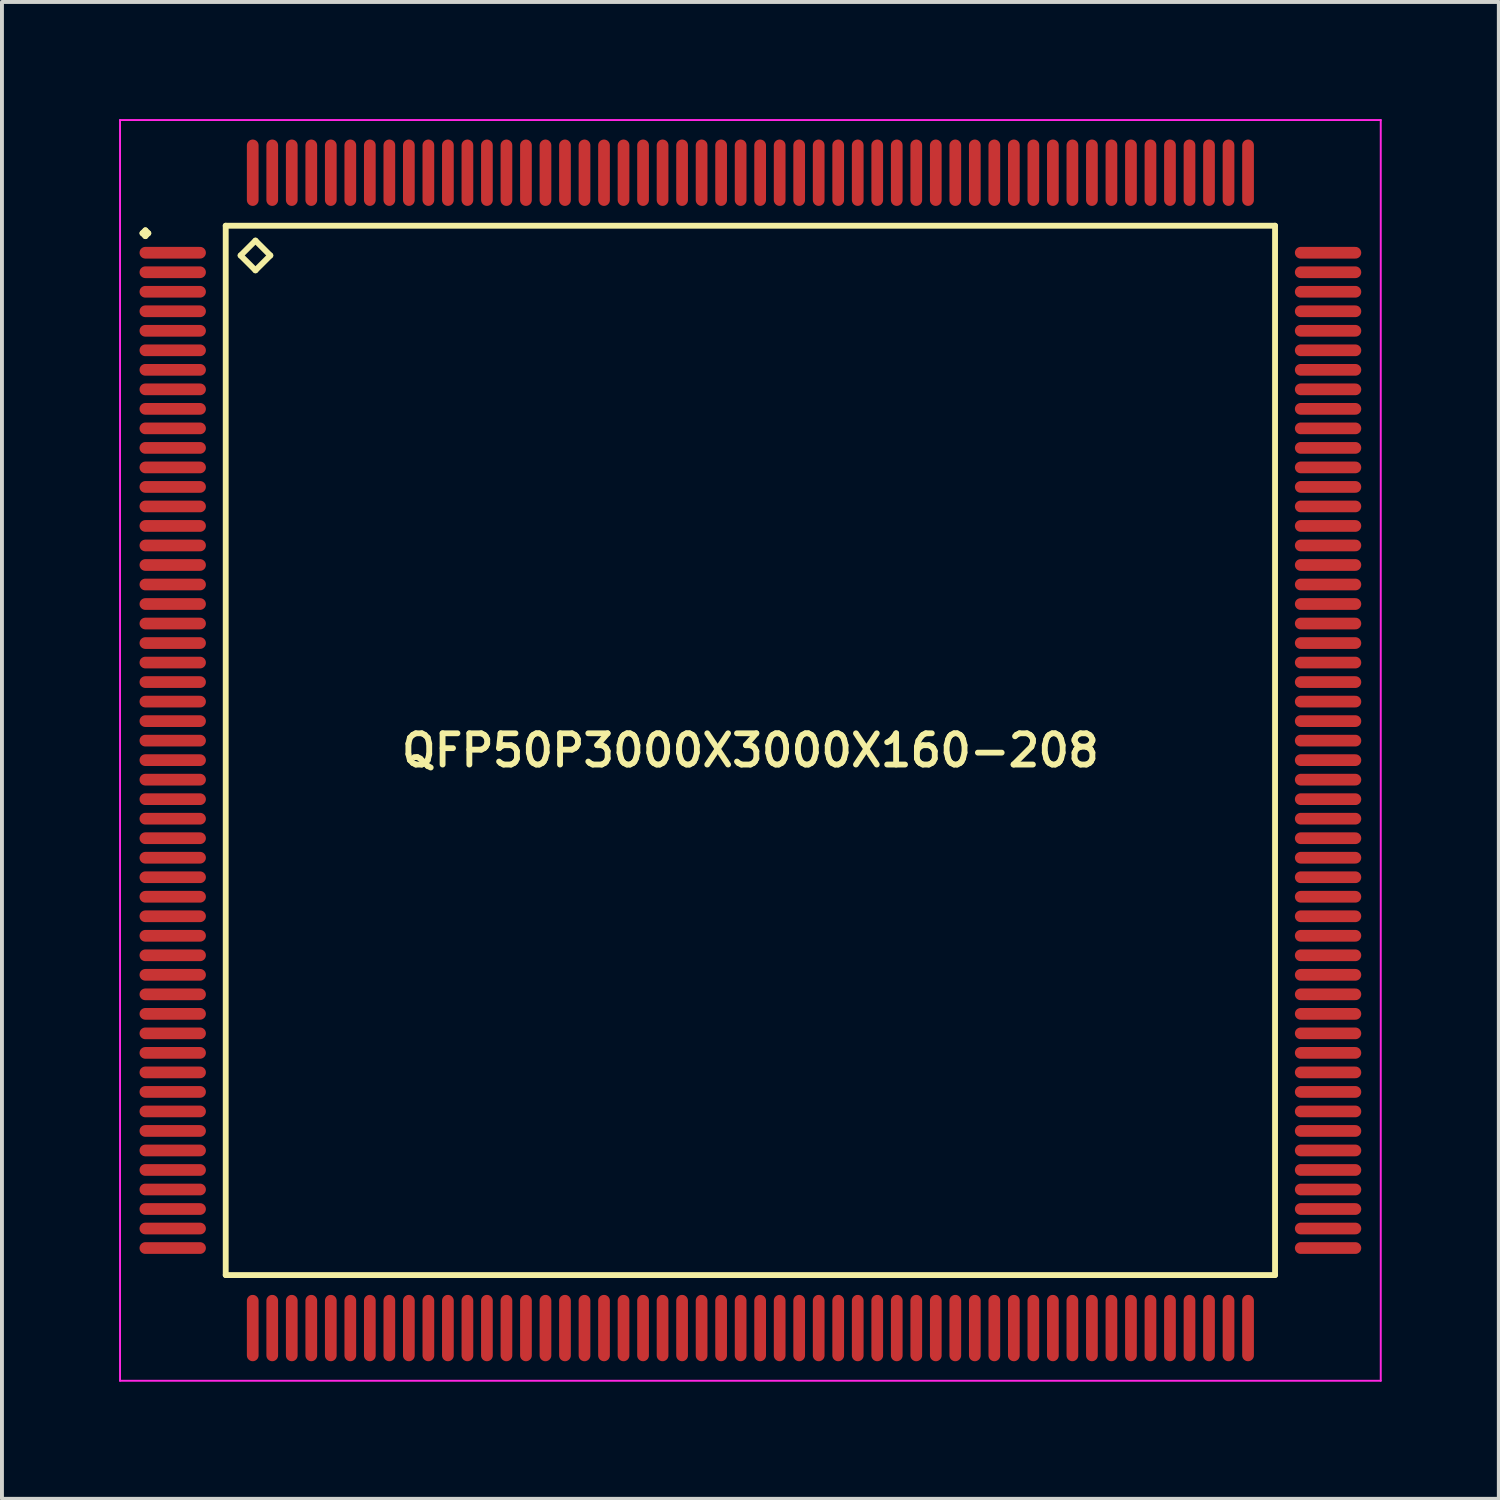
<source format=kicad_pcb>
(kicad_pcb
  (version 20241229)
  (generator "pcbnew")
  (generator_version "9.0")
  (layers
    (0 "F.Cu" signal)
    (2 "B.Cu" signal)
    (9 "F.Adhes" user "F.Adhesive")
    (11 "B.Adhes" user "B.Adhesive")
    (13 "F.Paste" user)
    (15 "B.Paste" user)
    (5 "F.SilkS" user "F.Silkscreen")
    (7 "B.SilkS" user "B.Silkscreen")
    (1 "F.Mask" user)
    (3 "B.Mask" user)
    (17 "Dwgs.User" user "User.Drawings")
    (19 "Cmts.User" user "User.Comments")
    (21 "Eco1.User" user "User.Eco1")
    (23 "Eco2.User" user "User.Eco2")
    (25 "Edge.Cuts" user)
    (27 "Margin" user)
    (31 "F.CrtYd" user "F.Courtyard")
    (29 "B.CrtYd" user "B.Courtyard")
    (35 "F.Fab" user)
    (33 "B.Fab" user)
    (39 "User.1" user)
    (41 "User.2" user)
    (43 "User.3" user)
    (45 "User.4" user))
  (footprint "QFP50P3000X3000X160-208"
    (layer "F.Cu")
    (at 16.175 16.175)
    (property "Reference" "QFP50P3000X3000X160-208" (at 0 0 0) (layer "F.SilkS") (effects (font (size 0.8 0.8) (thickness 0.15))))
    (attr smd)
    (fp_line (start -15.575 -13.25) (end -15.5 -13.325) (stroke (width 0.15) (type solid)) (layer "F.SilkS"))
    (fp_line (start -15.5 -13.325) (end -15.425 -13.25) (stroke (width 0.15) (type solid)) (layer "F.SilkS"))
    (fp_line (start -15.5 -13.175) (end -15.575 -13.25) (stroke (width 0.15) (type solid)) (layer "F.SilkS"))
    (fp_line (start -15.425 -13.25) (end -15.5 -13.175) (stroke (width 0.15) (type solid)) (layer "F.SilkS"))
    (fp_line (start -13.442 -13.442) (end -13.442 13.442) (stroke (width 0.15) (type solid)) (layer "F.SilkS"))
    (fp_line (start -13.442 13.442) (end 13.442 13.442) (stroke (width 0.15) (type solid)) (layer "F.SilkS"))
    (fp_line (start -13.061 -12.68) (end -12.68 -13.061) (stroke (width 0.15) (type solid)) (layer "F.SilkS"))
    (fp_line (start -12.68 -13.061) (end -12.299 -12.68) (stroke (width 0.15) (type solid)) (layer "F.SilkS"))
    (fp_line (start -12.68 -12.299) (end -13.061 -12.68) (stroke (width 0.15) (type solid)) (layer "F.SilkS"))
    (fp_line (start -12.299 -12.68) (end -12.68 -12.299) (stroke (width 0.15) (type solid)) (layer "F.SilkS"))
    (fp_line (start 13.442 -13.442) (end -13.442 -13.442) (stroke (width 0.15) (type solid)) (layer "F.SilkS"))
    (fp_line (start 13.442 13.442) (end 13.442 -13.442) (stroke (width 0.15) (type solid)) (layer "F.SilkS"))
    (fp_line (start -16.15 -16.15) (end 16.15 -16.15) (stroke (width 0.05) (type solid)) (layer "F.CrtYd"))
    (fp_line (start -16.15 16.15) (end -16.15 -16.15) (stroke (width 0.05) (type solid)) (layer "F.CrtYd"))
    (fp_line (start 16.15 -16.15) (end 16.15 16.15) (stroke (width 0.05) (type solid)) (layer "F.CrtYd"))
    (fp_line (start 16.15 16.15) (end -16.15 16.15) (stroke (width 0.05) (type solid)) (layer "F.CrtYd"))
    (pad "1" smd oval (at -14.8 -12.75) (size 1.7 0.3) (layers "F.Cu" "F.Mask" "F.Paste"))
    (pad "2" smd oval (at -14.8 -12.25) (size 1.7 0.3) (layers "F.Cu" "F.Mask" "F.Paste"))
    (pad "3" smd oval (at -14.8 -11.75) (size 1.7 0.3) (layers "F.Cu" "F.Mask" "F.Paste"))
    (pad "4" smd oval (at -14.8 -11.25) (size 1.7 0.3) (layers "F.Cu" "F.Mask" "F.Paste"))
    (pad "5" smd oval (at -14.8 -10.75) (size 1.7 0.3) (layers "F.Cu" "F.Mask" "F.Paste"))
    (pad "6" smd oval (at -14.8 -10.25) (size 1.7 0.3) (layers "F.Cu" "F.Mask" "F.Paste"))
    (pad "7" smd oval (at -14.8 -9.75) (size 1.7 0.3) (layers "F.Cu" "F.Mask" "F.Paste"))
    (pad "8" smd oval (at -14.8 -9.25) (size 1.7 0.3) (layers "F.Cu" "F.Mask" "F.Paste"))
    (pad "9" smd oval (at -14.8 -8.75) (size 1.7 0.3) (layers "F.Cu" "F.Mask" "F.Paste"))
    (pad "10" smd oval (at -14.8 -8.25) (size 1.7 0.3) (layers "F.Cu" "F.Mask" "F.Paste"))
    (pad "11" smd oval (at -14.8 -7.75) (size 1.7 0.3) (layers "F.Cu" "F.Mask" "F.Paste"))
    (pad "12" smd oval (at -14.8 -7.25) (size 1.7 0.3) (layers "F.Cu" "F.Mask" "F.Paste"))
    (pad "13" smd oval (at -14.8 -6.75) (size 1.7 0.3) (layers "F.Cu" "F.Mask" "F.Paste"))
    (pad "14" smd oval (at -14.8 -6.25) (size 1.7 0.3) (layers "F.Cu" "F.Mask" "F.Paste"))
    (pad "15" smd oval (at -14.8 -5.75) (size 1.7 0.3) (layers "F.Cu" "F.Mask" "F.Paste"))
    (pad "16" smd oval (at -14.8 -5.25) (size 1.7 0.3) (layers "F.Cu" "F.Mask" "F.Paste"))
    (pad "17" smd oval (at -14.8 -4.75) (size 1.7 0.3) (layers "F.Cu" "F.Mask" "F.Paste"))
    (pad "18" smd oval (at -14.8 -4.25) (size 1.7 0.3) (layers "F.Cu" "F.Mask" "F.Paste"))
    (pad "19" smd oval (at -14.8 -3.75) (size 1.7 0.3) (layers "F.Cu" "F.Mask" "F.Paste"))
    (pad "20" smd oval (at -14.8 -3.25) (size 1.7 0.3) (layers "F.Cu" "F.Mask" "F.Paste"))
    (pad "21" smd oval (at -14.8 -2.75) (size 1.7 0.3) (layers "F.Cu" "F.Mask" "F.Paste"))
    (pad "22" smd oval (at -14.8 -2.25) (size 1.7 0.3) (layers "F.Cu" "F.Mask" "F.Paste"))
    (pad "23" smd oval (at -14.8 -1.75) (size 1.7 0.3) (layers "F.Cu" "F.Mask" "F.Paste"))
    (pad "24" smd oval (at -14.8 -1.25) (size 1.7 0.3) (layers "F.Cu" "F.Mask" "F.Paste"))
    (pad "25" smd oval (at -14.8 -0.75) (size 1.7 0.3) (layers "F.Cu" "F.Mask" "F.Paste"))
    (pad "26" smd oval (at -14.8 -0.25) (size 1.7 0.3) (layers "F.Cu" "F.Mask" "F.Paste"))
    (pad "27" smd oval (at -14.8 0.25) (size 1.7 0.3) (layers "F.Cu" "F.Mask" "F.Paste"))
    (pad "28" smd oval (at -14.8 0.75) (size 1.7 0.3) (layers "F.Cu" "F.Mask" "F.Paste"))
    (pad "29" smd oval (at -14.8 1.25) (size 1.7 0.3) (layers "F.Cu" "F.Mask" "F.Paste"))
    (pad "30" smd oval (at -14.8 1.75) (size 1.7 0.3) (layers "F.Cu" "F.Mask" "F.Paste"))
    (pad "31" smd oval (at -14.8 2.25) (size 1.7 0.3) (layers "F.Cu" "F.Mask" "F.Paste"))
    (pad "32" smd oval (at -14.8 2.75) (size 1.7 0.3) (layers "F.Cu" "F.Mask" "F.Paste"))
    (pad "33" smd oval (at -14.8 3.25) (size 1.7 0.3) (layers "F.Cu" "F.Mask" "F.Paste"))
    (pad "34" smd oval (at -14.8 3.75) (size 1.7 0.3) (layers "F.Cu" "F.Mask" "F.Paste"))
    (pad "35" smd oval (at -14.8 4.25) (size 1.7 0.3) (layers "F.Cu" "F.Mask" "F.Paste"))
    (pad "36" smd oval (at -14.8 4.75) (size 1.7 0.3) (layers "F.Cu" "F.Mask" "F.Paste"))
    (pad "37" smd oval (at -14.8 5.25) (size 1.7 0.3) (layers "F.Cu" "F.Mask" "F.Paste"))
    (pad "38" smd oval (at -14.8 5.75) (size 1.7 0.3) (layers "F.Cu" "F.Mask" "F.Paste"))
    (pad "39" smd oval (at -14.8 6.25) (size 1.7 0.3) (layers "F.Cu" "F.Mask" "F.Paste"))
    (pad "40" smd oval (at -14.8 6.75) (size 1.7 0.3) (layers "F.Cu" "F.Mask" "F.Paste"))
    (pad "41" smd oval (at -14.8 7.25) (size 1.7 0.3) (layers "F.Cu" "F.Mask" "F.Paste"))
    (pad "42" smd oval (at -14.8 7.75) (size 1.7 0.3) (layers "F.Cu" "F.Mask" "F.Paste"))
    (pad "43" smd oval (at -14.8 8.25) (size 1.7 0.3) (layers "F.Cu" "F.Mask" "F.Paste"))
    (pad "44" smd oval (at -14.8 8.75) (size 1.7 0.3) (layers "F.Cu" "F.Mask" "F.Paste"))
    (pad "45" smd oval (at -14.8 9.25) (size 1.7 0.3) (layers "F.Cu" "F.Mask" "F.Paste"))
    (pad "46" smd oval (at -14.8 9.75) (size 1.7 0.3) (layers "F.Cu" "F.Mask" "F.Paste"))
    (pad "47" smd oval (at -14.8 10.25) (size 1.7 0.3) (layers "F.Cu" "F.Mask" "F.Paste"))
    (pad "48" smd oval (at -14.8 10.75) (size 1.7 0.3) (layers "F.Cu" "F.Mask" "F.Paste"))
    (pad "49" smd oval (at -14.8 11.25) (size 1.7 0.3) (layers "F.Cu" "F.Mask" "F.Paste"))
    (pad "50" smd oval (at -14.8 11.75) (size 1.7 0.3) (layers "F.Cu" "F.Mask" "F.Paste"))
    (pad "51" smd oval (at -14.8 12.25) (size 1.7 0.3) (layers "F.Cu" "F.Mask" "F.Paste"))
    (pad "52" smd oval (at -14.8 12.75) (size 1.7 0.3) (layers "F.Cu" "F.Mask" "F.Paste"))
    (pad "53" smd oval (at -12.75 14.8) (size 0.3 1.7) (layers "F.Cu" "F.Mask" "F.Paste"))
    (pad "54" smd oval (at -12.25 14.8) (size 0.3 1.7) (layers "F.Cu" "F.Mask" "F.Paste"))
    (pad "55" smd oval (at -11.75 14.8) (size 0.3 1.7) (layers "F.Cu" "F.Mask" "F.Paste"))
    (pad "56" smd oval (at -11.25 14.8) (size 0.3 1.7) (layers "F.Cu" "F.Mask" "F.Paste"))
    (pad "57" smd oval (at -10.75 14.8) (size 0.3 1.7) (layers "F.Cu" "F.Mask" "F.Paste"))
    (pad "58" smd oval (at -10.25 14.8) (size 0.3 1.7) (layers "F.Cu" "F.Mask" "F.Paste"))
    (pad "59" smd oval (at -9.75 14.8) (size 0.3 1.7) (layers "F.Cu" "F.Mask" "F.Paste"))
    (pad "60" smd oval (at -9.25 14.8) (size 0.3 1.7) (layers "F.Cu" "F.Mask" "F.Paste"))
    (pad "61" smd oval (at -8.75 14.8) (size 0.3 1.7) (layers "F.Cu" "F.Mask" "F.Paste"))
    (pad "62" smd oval (at -8.25 14.8) (size 0.3 1.7) (layers "F.Cu" "F.Mask" "F.Paste"))
    (pad "63" smd oval (at -7.75 14.8) (size 0.3 1.7) (layers "F.Cu" "F.Mask" "F.Paste"))
    (pad "64" smd oval (at -7.25 14.8) (size 0.3 1.7) (layers "F.Cu" "F.Mask" "F.Paste"))
    (pad "65" smd oval (at -6.75 14.8) (size 0.3 1.7) (layers "F.Cu" "F.Mask" "F.Paste"))
    (pad "66" smd oval (at -6.25 14.8) (size 0.3 1.7) (layers "F.Cu" "F.Mask" "F.Paste"))
    (pad "67" smd oval (at -5.75 14.8) (size 0.3 1.7) (layers "F.Cu" "F.Mask" "F.Paste"))
    (pad "68" smd oval (at -5.25 14.8) (size 0.3 1.7) (layers "F.Cu" "F.Mask" "F.Paste"))
    (pad "69" smd oval (at -4.75 14.8) (size 0.3 1.7) (layers "F.Cu" "F.Mask" "F.Paste"))
    (pad "70" smd oval (at -4.25 14.8) (size 0.3 1.7) (layers "F.Cu" "F.Mask" "F.Paste"))
    (pad "71" smd oval (at -3.75 14.8) (size 0.3 1.7) (layers "F.Cu" "F.Mask" "F.Paste"))
    (pad "72" smd oval (at -3.25 14.8) (size 0.3 1.7) (layers "F.Cu" "F.Mask" "F.Paste"))
    (pad "73" smd oval (at -2.75 14.8) (size 0.3 1.7) (layers "F.Cu" "F.Mask" "F.Paste"))
    (pad "74" smd oval (at -2.25 14.8) (size 0.3 1.7) (layers "F.Cu" "F.Mask" "F.Paste"))
    (pad "75" smd oval (at -1.75 14.8) (size 0.3 1.7) (layers "F.Cu" "F.Mask" "F.Paste"))
    (pad "76" smd oval (at -1.25 14.8) (size 0.3 1.7) (layers "F.Cu" "F.Mask" "F.Paste"))
    (pad "77" smd oval (at -0.75 14.8) (size 0.3 1.7) (layers "F.Cu" "F.Mask" "F.Paste"))
    (pad "78" smd oval (at -0.25 14.8) (size 0.3 1.7) (layers "F.Cu" "F.Mask" "F.Paste"))
    (pad "79" smd oval (at 0.25 14.8) (size 0.3 1.7) (layers "F.Cu" "F.Mask" "F.Paste"))
    (pad "80" smd oval (at 0.75 14.8) (size 0.3 1.7) (layers "F.Cu" "F.Mask" "F.Paste"))
    (pad "81" smd oval (at 1.25 14.8) (size 0.3 1.7) (layers "F.Cu" "F.Mask" "F.Paste"))
    (pad "82" smd oval (at 1.75 14.8) (size 0.3 1.7) (layers "F.Cu" "F.Mask" "F.Paste"))
    (pad "83" smd oval (at 2.25 14.8) (size 0.3 1.7) (layers "F.Cu" "F.Mask" "F.Paste"))
    (pad "84" smd oval (at 2.75 14.8) (size 0.3 1.7) (layers "F.Cu" "F.Mask" "F.Paste"))
    (pad "85" smd oval (at 3.25 14.8) (size 0.3 1.7) (layers "F.Cu" "F.Mask" "F.Paste"))
    (pad "86" smd oval (at 3.75 14.8) (size 0.3 1.7) (layers "F.Cu" "F.Mask" "F.Paste"))
    (pad "87" smd oval (at 4.25 14.8) (size 0.3 1.7) (layers "F.Cu" "F.Mask" "F.Paste"))
    (pad "88" smd oval (at 4.75 14.8) (size 0.3 1.7) (layers "F.Cu" "F.Mask" "F.Paste"))
    (pad "89" smd oval (at 5.25 14.8) (size 0.3 1.7) (layers "F.Cu" "F.Mask" "F.Paste"))
    (pad "90" smd oval (at 5.75 14.8) (size 0.3 1.7) (layers "F.Cu" "F.Mask" "F.Paste"))
    (pad "91" smd oval (at 6.25 14.8) (size 0.3 1.7) (layers "F.Cu" "F.Mask" "F.Paste"))
    (pad "92" smd oval (at 6.75 14.8) (size 0.3 1.7) (layers "F.Cu" "F.Mask" "F.Paste"))
    (pad "93" smd oval (at 7.25 14.8) (size 0.3 1.7) (layers "F.Cu" "F.Mask" "F.Paste"))
    (pad "94" smd oval (at 7.75 14.8) (size 0.3 1.7) (layers "F.Cu" "F.Mask" "F.Paste"))
    (pad "95" smd oval (at 8.25 14.8) (size 0.3 1.7) (layers "F.Cu" "F.Mask" "F.Paste"))
    (pad "96" smd oval (at 8.75 14.8) (size 0.3 1.7) (layers "F.Cu" "F.Mask" "F.Paste"))
    (pad "97" smd oval (at 9.25 14.8) (size 0.3 1.7) (layers "F.Cu" "F.Mask" "F.Paste"))
    (pad "98" smd oval (at 9.75 14.8) (size 0.3 1.7) (layers "F.Cu" "F.Mask" "F.Paste"))
    (pad "99" smd oval (at 10.25 14.8) (size 0.3 1.7) (layers "F.Cu" "F.Mask" "F.Paste"))
    (pad "100" smd oval (at 10.75 14.8) (size 0.3 1.7) (layers "F.Cu" "F.Mask" "F.Paste"))
    (pad "101" smd oval (at 11.25 14.8) (size 0.3 1.7) (layers "F.Cu" "F.Mask" "F.Paste"))
    (pad "102" smd oval (at 11.75 14.8) (size 0.3 1.7) (layers "F.Cu" "F.Mask" "F.Paste"))
    (pad "103" smd oval (at 12.25 14.8) (size 0.3 1.7) (layers "F.Cu" "F.Mask" "F.Paste"))
    (pad "104" smd oval (at 12.75 14.8) (size 0.3 1.7) (layers "F.Cu" "F.Mask" "F.Paste"))
    (pad "105" smd oval (at 14.8 12.75) (size 1.7 0.3) (layers "F.Cu" "F.Mask" "F.Paste"))
    (pad "106" smd oval (at 14.8 12.25) (size 1.7 0.3) (layers "F.Cu" "F.Mask" "F.Paste"))
    (pad "107" smd oval (at 14.8 11.75) (size 1.7 0.3) (layers "F.Cu" "F.Mask" "F.Paste"))
    (pad "108" smd oval (at 14.8 11.25) (size 1.7 0.3) (layers "F.Cu" "F.Mask" "F.Paste"))
    (pad "109" smd oval (at 14.8 10.75) (size 1.7 0.3) (layers "F.Cu" "F.Mask" "F.Paste"))
    (pad "110" smd oval (at 14.8 10.25) (size 1.7 0.3) (layers "F.Cu" "F.Mask" "F.Paste"))
    (pad "111" smd oval (at 14.8 9.75) (size 1.7 0.3) (layers "F.Cu" "F.Mask" "F.Paste"))
    (pad "112" smd oval (at 14.8 9.25) (size 1.7 0.3) (layers "F.Cu" "F.Mask" "F.Paste"))
    (pad "113" smd oval (at 14.8 8.75) (size 1.7 0.3) (layers "F.Cu" "F.Mask" "F.Paste"))
    (pad "114" smd oval (at 14.8 8.25) (size 1.7 0.3) (layers "F.Cu" "F.Mask" "F.Paste"))
    (pad "115" smd oval (at 14.8 7.75) (size 1.7 0.3) (layers "F.Cu" "F.Mask" "F.Paste"))
    (pad "116" smd oval (at 14.8 7.25) (size 1.7 0.3) (layers "F.Cu" "F.Mask" "F.Paste"))
    (pad "117" smd oval (at 14.8 6.75) (size 1.7 0.3) (layers "F.Cu" "F.Mask" "F.Paste"))
    (pad "118" smd oval (at 14.8 6.25) (size 1.7 0.3) (layers "F.Cu" "F.Mask" "F.Paste"))
    (pad "119" smd oval (at 14.8 5.75) (size 1.7 0.3) (layers "F.Cu" "F.Mask" "F.Paste"))
    (pad "120" smd oval (at 14.8 5.25) (size 1.7 0.3) (layers "F.Cu" "F.Mask" "F.Paste"))
    (pad "121" smd oval (at 14.8 4.75) (size 1.7 0.3) (layers "F.Cu" "F.Mask" "F.Paste"))
    (pad "122" smd oval (at 14.8 4.25) (size 1.7 0.3) (layers "F.Cu" "F.Mask" "F.Paste"))
    (pad "123" smd oval (at 14.8 3.75) (size 1.7 0.3) (layers "F.Cu" "F.Mask" "F.Paste"))
    (pad "124" smd oval (at 14.8 3.25) (size 1.7 0.3) (layers "F.Cu" "F.Mask" "F.Paste"))
    (pad "125" smd oval (at 14.8 2.75) (size 1.7 0.3) (layers "F.Cu" "F.Mask" "F.Paste"))
    (pad "126" smd oval (at 14.8 2.25) (size 1.7 0.3) (layers "F.Cu" "F.Mask" "F.Paste"))
    (pad "127" smd oval (at 14.8 1.75) (size 1.7 0.3) (layers "F.Cu" "F.Mask" "F.Paste"))
    (pad "128" smd oval (at 14.8 1.25) (size 1.7 0.3) (layers "F.Cu" "F.Mask" "F.Paste"))
    (pad "129" smd oval (at 14.8 0.75) (size 1.7 0.3) (layers "F.Cu" "F.Mask" "F.Paste"))
    (pad "130" smd oval (at 14.8 0.25) (size 1.7 0.3) (layers "F.Cu" "F.Mask" "F.Paste"))
    (pad "131" smd oval (at 14.8 -0.25) (size 1.7 0.3) (layers "F.Cu" "F.Mask" "F.Paste"))
    (pad "132" smd oval (at 14.8 -0.75) (size 1.7 0.3) (layers "F.Cu" "F.Mask" "F.Paste"))
    (pad "133" smd oval (at 14.8 -1.25) (size 1.7 0.3) (layers "F.Cu" "F.Mask" "F.Paste"))
    (pad "134" smd oval (at 14.8 -1.75) (size 1.7 0.3) (layers "F.Cu" "F.Mask" "F.Paste"))
    (pad "135" smd oval (at 14.8 -2.25) (size 1.7 0.3) (layers "F.Cu" "F.Mask" "F.Paste"))
    (pad "136" smd oval (at 14.8 -2.75) (size 1.7 0.3) (layers "F.Cu" "F.Mask" "F.Paste"))
    (pad "137" smd oval (at 14.8 -3.25) (size 1.7 0.3) (layers "F.Cu" "F.Mask" "F.Paste"))
    (pad "138" smd oval (at 14.8 -3.75) (size 1.7 0.3) (layers "F.Cu" "F.Mask" "F.Paste"))
    (pad "139" smd oval (at 14.8 -4.25) (size 1.7 0.3) (layers "F.Cu" "F.Mask" "F.Paste"))
    (pad "140" smd oval (at 14.8 -4.75) (size 1.7 0.3) (layers "F.Cu" "F.Mask" "F.Paste"))
    (pad "141" smd oval (at 14.8 -5.25) (size 1.7 0.3) (layers "F.Cu" "F.Mask" "F.Paste"))
    (pad "142" smd oval (at 14.8 -5.75) (size 1.7 0.3) (layers "F.Cu" "F.Mask" "F.Paste"))
    (pad "143" smd oval (at 14.8 -6.25) (size 1.7 0.3) (layers "F.Cu" "F.Mask" "F.Paste"))
    (pad "144" smd oval (at 14.8 -6.75) (size 1.7 0.3) (layers "F.Cu" "F.Mask" "F.Paste"))
    (pad "145" smd oval (at 14.8 -7.25) (size 1.7 0.3) (layers "F.Cu" "F.Mask" "F.Paste"))
    (pad "146" smd oval (at 14.8 -7.75) (size 1.7 0.3) (layers "F.Cu" "F.Mask" "F.Paste"))
    (pad "147" smd oval (at 14.8 -8.25) (size 1.7 0.3) (layers "F.Cu" "F.Mask" "F.Paste"))
    (pad "148" smd oval (at 14.8 -8.75) (size 1.7 0.3) (layers "F.Cu" "F.Mask" "F.Paste"))
    (pad "149" smd oval (at 14.8 -9.25) (size 1.7 0.3) (layers "F.Cu" "F.Mask" "F.Paste"))
    (pad "150" smd oval (at 14.8 -9.75) (size 1.7 0.3) (layers "F.Cu" "F.Mask" "F.Paste"))
    (pad "151" smd oval (at 14.8 -10.25) (size 1.7 0.3) (layers "F.Cu" "F.Mask" "F.Paste"))
    (pad "152" smd oval (at 14.8 -10.75) (size 1.7 0.3) (layers "F.Cu" "F.Mask" "F.Paste"))
    (pad "153" smd oval (at 14.8 -11.25) (size 1.7 0.3) (layers "F.Cu" "F.Mask" "F.Paste"))
    (pad "154" smd oval (at 14.8 -11.75) (size 1.7 0.3) (layers "F.Cu" "F.Mask" "F.Paste"))
    (pad "155" smd oval (at 14.8 -12.25) (size 1.7 0.3) (layers "F.Cu" "F.Mask" "F.Paste"))
    (pad "156" smd oval (at 14.8 -12.75) (size 1.7 0.3) (layers "F.Cu" "F.Mask" "F.Paste"))
    (pad "157" smd oval (at 12.75 -14.8) (size 0.3 1.7) (layers "F.Cu" "F.Mask" "F.Paste"))
    (pad "158" smd oval (at 12.25 -14.8) (size 0.3 1.7) (layers "F.Cu" "F.Mask" "F.Paste"))
    (pad "159" smd oval (at 11.75 -14.8) (size 0.3 1.7) (layers "F.Cu" "F.Mask" "F.Paste"))
    (pad "160" smd oval (at 11.25 -14.8) (size 0.3 1.7) (layers "F.Cu" "F.Mask" "F.Paste"))
    (pad "161" smd oval (at 10.75 -14.8) (size 0.3 1.7) (layers "F.Cu" "F.Mask" "F.Paste"))
    (pad "162" smd oval (at 10.25 -14.8) (size 0.3 1.7) (layers "F.Cu" "F.Mask" "F.Paste"))
    (pad "163" smd oval (at 9.75 -14.8) (size 0.3 1.7) (layers "F.Cu" "F.Mask" "F.Paste"))
    (pad "164" smd oval (at 9.25 -14.8) (size 0.3 1.7) (layers "F.Cu" "F.Mask" "F.Paste"))
    (pad "165" smd oval (at 8.75 -14.8) (size 0.3 1.7) (layers "F.Cu" "F.Mask" "F.Paste"))
    (pad "166" smd oval (at 8.25 -14.8) (size 0.3 1.7) (layers "F.Cu" "F.Mask" "F.Paste"))
    (pad "167" smd oval (at 7.75 -14.8) (size 0.3 1.7) (layers "F.Cu" "F.Mask" "F.Paste"))
    (pad "168" smd oval (at 7.25 -14.8) (size 0.3 1.7) (layers "F.Cu" "F.Mask" "F.Paste"))
    (pad "169" smd oval (at 6.75 -14.8) (size 0.3 1.7) (layers "F.Cu" "F.Mask" "F.Paste"))
    (pad "170" smd oval (at 6.25 -14.8) (size 0.3 1.7) (layers "F.Cu" "F.Mask" "F.Paste"))
    (pad "171" smd oval (at 5.75 -14.8) (size 0.3 1.7) (layers "F.Cu" "F.Mask" "F.Paste"))
    (pad "172" smd oval (at 5.25 -14.8) (size 0.3 1.7) (layers "F.Cu" "F.Mask" "F.Paste"))
    (pad "173" smd oval (at 4.75 -14.8) (size 0.3 1.7) (layers "F.Cu" "F.Mask" "F.Paste"))
    (pad "174" smd oval (at 4.25 -14.8) (size 0.3 1.7) (layers "F.Cu" "F.Mask" "F.Paste"))
    (pad "175" smd oval (at 3.75 -14.8) (size 0.3 1.7) (layers "F.Cu" "F.Mask" "F.Paste"))
    (pad "176" smd oval (at 3.25 -14.8) (size 0.3 1.7) (layers "F.Cu" "F.Mask" "F.Paste"))
    (pad "177" smd oval (at 2.75 -14.8) (size 0.3 1.7) (layers "F.Cu" "F.Mask" "F.Paste"))
    (pad "178" smd oval (at 2.25 -14.8) (size 0.3 1.7) (layers "F.Cu" "F.Mask" "F.Paste"))
    (pad "179" smd oval (at 1.75 -14.8) (size 0.3 1.7) (layers "F.Cu" "F.Mask" "F.Paste"))
    (pad "180" smd oval (at 1.25 -14.8) (size 0.3 1.7) (layers "F.Cu" "F.Mask" "F.Paste"))
    (pad "181" smd oval (at 0.75 -14.8) (size 0.3 1.7) (layers "F.Cu" "F.Mask" "F.Paste"))
    (pad "182" smd oval (at 0.25 -14.8) (size 0.3 1.7) (layers "F.Cu" "F.Mask" "F.Paste"))
    (pad "183" smd oval (at -0.25 -14.8) (size 0.3 1.7) (layers "F.Cu" "F.Mask" "F.Paste"))
    (pad "184" smd oval (at -0.75 -14.8) (size 0.3 1.7) (layers "F.Cu" "F.Mask" "F.Paste"))
    (pad "185" smd oval (at -1.25 -14.8) (size 0.3 1.7) (layers "F.Cu" "F.Mask" "F.Paste"))
    (pad "186" smd oval (at -1.75 -14.8) (size 0.3 1.7) (layers "F.Cu" "F.Mask" "F.Paste"))
    (pad "187" smd oval (at -2.25 -14.8) (size 0.3 1.7) (layers "F.Cu" "F.Mask" "F.Paste"))
    (pad "188" smd oval (at -2.75 -14.8) (size 0.3 1.7) (layers "F.Cu" "F.Mask" "F.Paste"))
    (pad "189" smd oval (at -3.25 -14.8) (size 0.3 1.7) (layers "F.Cu" "F.Mask" "F.Paste"))
    (pad "190" smd oval (at -3.75 -14.8) (size 0.3 1.7) (layers "F.Cu" "F.Mask" "F.Paste"))
    (pad "191" smd oval (at -4.25 -14.8) (size 0.3 1.7) (layers "F.Cu" "F.Mask" "F.Paste"))
    (pad "192" smd oval (at -4.75 -14.8) (size 0.3 1.7) (layers "F.Cu" "F.Mask" "F.Paste"))
    (pad "193" smd oval (at -5.25 -14.8) (size 0.3 1.7) (layers "F.Cu" "F.Mask" "F.Paste"))
    (pad "194" smd oval (at -5.75 -14.8) (size 0.3 1.7) (layers "F.Cu" "F.Mask" "F.Paste"))
    (pad "195" smd oval (at -6.25 -14.8) (size 0.3 1.7) (layers "F.Cu" "F.Mask" "F.Paste"))
    (pad "196" smd oval (at -6.75 -14.8) (size 0.3 1.7) (layers "F.Cu" "F.Mask" "F.Paste"))
    (pad "197" smd oval (at -7.25 -14.8) (size 0.3 1.7) (layers "F.Cu" "F.Mask" "F.Paste"))
    (pad "198" smd oval (at -7.75 -14.8) (size 0.3 1.7) (layers "F.Cu" "F.Mask" "F.Paste"))
    (pad "199" smd oval (at -8.25 -14.8) (size 0.3 1.7) (layers "F.Cu" "F.Mask" "F.Paste"))
    (pad "200" smd oval (at -8.75 -14.8) (size 0.3 1.7) (layers "F.Cu" "F.Mask" "F.Paste"))
    (pad "201" smd oval (at -9.25 -14.8) (size 0.3 1.7) (layers "F.Cu" "F.Mask" "F.Paste"))
    (pad "202" smd oval (at -9.75 -14.8) (size 0.3 1.7) (layers "F.Cu" "F.Mask" "F.Paste"))
    (pad "203" smd oval (at -10.25 -14.8) (size 0.3 1.7) (layers "F.Cu" "F.Mask" "F.Paste"))
    (pad "204" smd oval (at -10.75 -14.8) (size 0.3 1.7) (layers "F.Cu" "F.Mask" "F.Paste"))
    (pad "205" smd oval (at -11.25 -14.8) (size 0.3 1.7) (layers "F.Cu" "F.Mask" "F.Paste"))
    (pad "206" smd oval (at -11.75 -14.8) (size 0.3 1.7) (layers "F.Cu" "F.Mask" "F.Paste"))
    (pad "207" smd oval (at -12.25 -14.8) (size 0.3 1.7) (layers "F.Cu" "F.Mask" "F.Paste"))
    (pad "208" smd oval (at -12.75 -14.8) (size 0.3 1.7) (layers "F.Cu" "F.Mask" "F.Paste")))
  (gr_rect
    (start -3 -3)
    (end 35.35 35.35)
    (stroke (width 0.1) (type default))
    (fill no)
    (layer "Edge.Cuts")))
</source>
